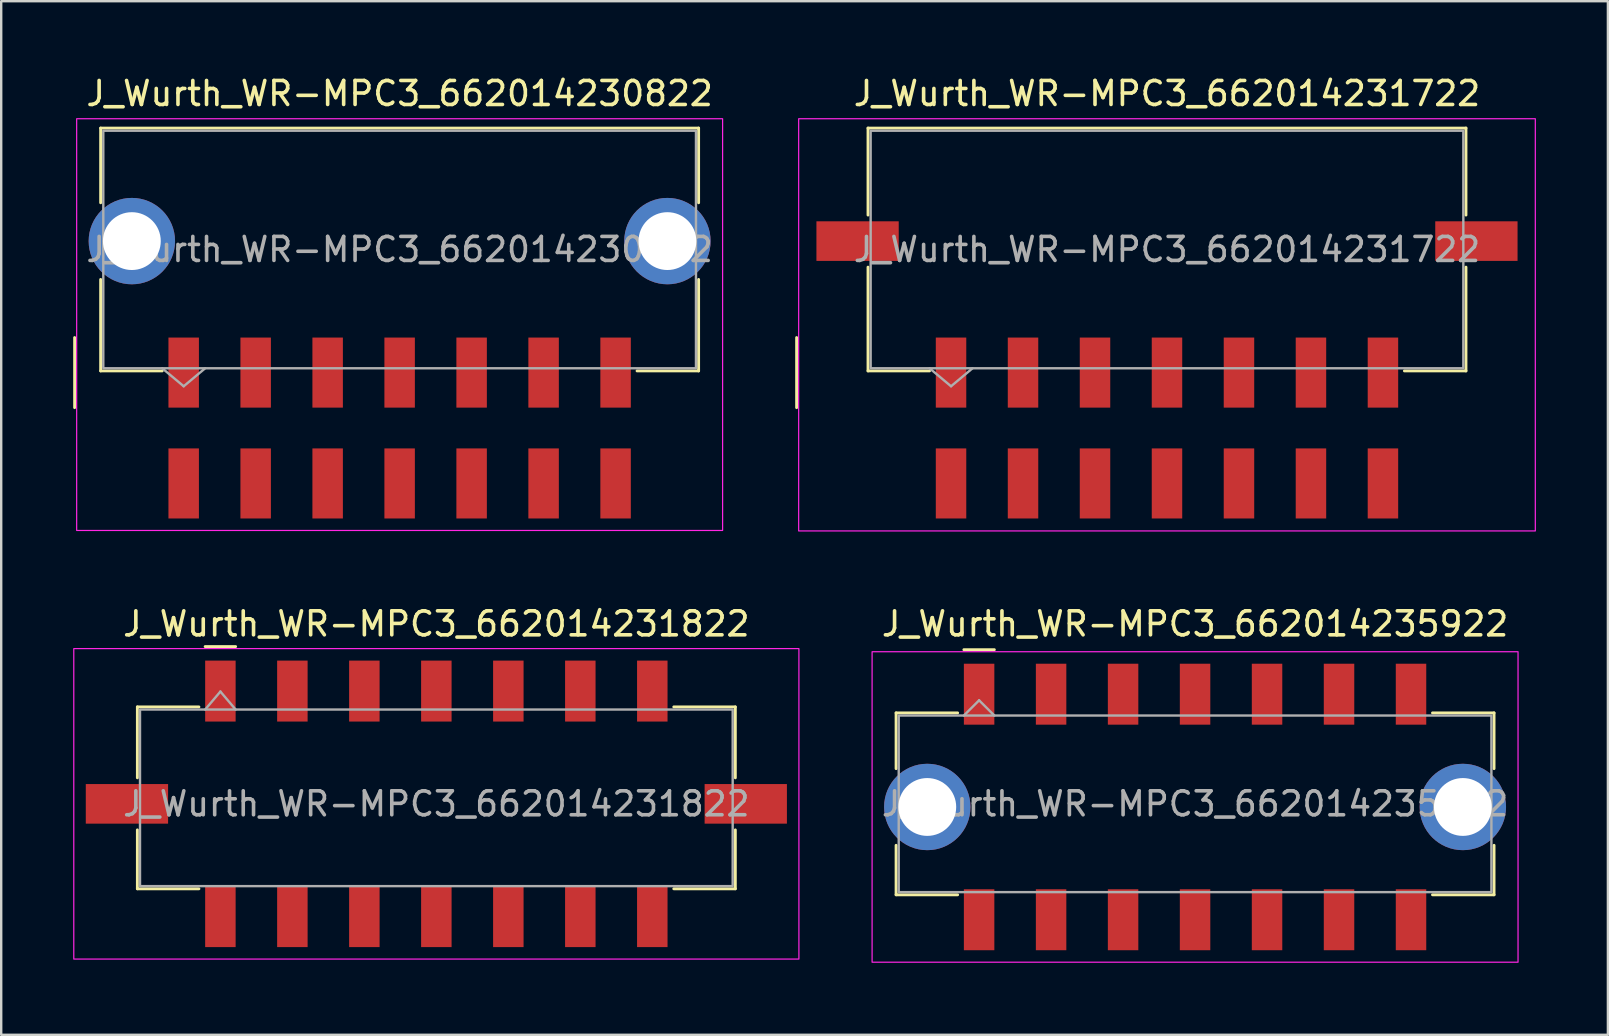
<source format=kicad_pcb>
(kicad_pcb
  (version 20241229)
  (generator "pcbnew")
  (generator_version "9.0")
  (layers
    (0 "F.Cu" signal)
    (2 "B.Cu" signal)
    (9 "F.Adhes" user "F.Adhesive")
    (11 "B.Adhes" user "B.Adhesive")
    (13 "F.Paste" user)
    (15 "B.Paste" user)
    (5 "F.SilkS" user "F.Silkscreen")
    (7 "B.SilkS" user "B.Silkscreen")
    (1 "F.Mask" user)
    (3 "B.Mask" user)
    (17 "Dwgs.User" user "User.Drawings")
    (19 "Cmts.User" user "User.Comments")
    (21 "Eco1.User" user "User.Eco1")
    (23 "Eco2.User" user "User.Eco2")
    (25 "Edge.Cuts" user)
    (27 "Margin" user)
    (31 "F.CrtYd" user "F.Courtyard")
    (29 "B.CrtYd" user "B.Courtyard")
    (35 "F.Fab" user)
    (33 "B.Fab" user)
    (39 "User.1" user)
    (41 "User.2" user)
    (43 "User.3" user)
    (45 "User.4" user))
  (footprint "J_Wurth_WR-MPC3_662014230822"
    (layer "F.Cu")
    (at 13.605 7.348)
    (property "Reference" "J_Wurth_WR-MPC3_662014230822" (at 0 -6.5 0) (unlocked yes) (layer "F.SilkS") (effects (font (size 1 1) (thickness 0.15))))
    (attr smd)
    (fp_line (start -13.545 6.59) (end -13.545 3.67) (stroke (width 0.12) (type solid)) (layer "F.SilkS"))
    (fp_line (start -12.46 -5.06) (end 12.46 -5.06) (stroke (width 0.12) (type solid)) (layer "F.SilkS"))
    (fp_line (start -12.46 -1.948) (end -12.46 -5.06) (stroke (width 0.12) (type solid)) (layer "F.SilkS"))
    (fp_line (start -12.46 1.248) (end -12.46 5.06) (stroke (width 0.12) (type solid)) (layer "F.SilkS"))
    (fp_line (start -9.895 5.06) (end -12.46 5.06) (stroke (width 0.12) (type solid)) (layer "F.SilkS"))
    (fp_line (start 9.895 5.06) (end 12.46 5.06) (stroke (width 0.12) (type solid)) (layer "F.SilkS"))
    (fp_line (start 12.46 -1.948) (end 12.46 -5.06) (stroke (width 0.12) (type solid)) (layer "F.SilkS"))
    (fp_line (start 12.46 1.248) (end 12.46 5.06) (stroke (width 0.12) (type solid)) (layer "F.SilkS"))
    (fp_rect (start -13.46 -5.45) (end 13.46 11.71) (stroke (width 0.05) (type solid)) (fill no) (layer "F.CrtYd"))
    (fp_line (start -9 5.7) (end -9.895 4.95) (stroke (width 0.1) (type solid)) (layer "F.Fab"))
    (fp_line (start -9 5.7) (end -8.105 4.95) (stroke (width 0.1) (type solid)) (layer "F.Fab"))
    (fp_rect (start -12.35 -4.95) (end 12.35 4.95) (stroke (width 0.1) (type solid)) (fill no) (layer "F.Fab"))
    (fp_text user "${REFERENCE}" (at 0 0 0) (unlocked yes) (layer "F.Fab") (effects (font (size 1 1) (thickness 0.15))))
    (pad "1" smd rect (at -9 5.13 270) (size 2.92 1.27) (layers "F.Cu" "F.Mask" "F.Paste"))
    (pad "2" smd rect (at -6 5.13 270) (size 2.92 1.27) (layers "F.Cu" "F.Mask" "F.Paste"))
    (pad "3" smd rect (at -3 5.13 270) (size 2.92 1.27) (layers "F.Cu" "F.Mask" "F.Paste"))
    (pad "4" smd rect (at 0 5.13 270) (size 2.92 1.27) (layers "F.Cu" "F.Mask" "F.Paste"))
    (pad "5" smd rect (at 3 5.13 270) (size 2.92 1.27) (layers "F.Cu" "F.Mask" "F.Paste"))
    (pad "6" smd rect (at 6 5.13 270) (size 2.92 1.27) (layers "F.Cu" "F.Mask" "F.Paste"))
    (pad "7" smd rect (at 9 5.13 270) (size 2.92 1.27) (layers "F.Cu" "F.Mask" "F.Paste"))
    (pad "8" smd rect (at -9 9.75 270) (size 2.92 1.27) (layers "F.Cu" "F.Mask" "F.Paste"))
    (pad "9" smd rect (at -6 9.75 270) (size 2.92 1.27) (layers "F.Cu" "F.Mask" "F.Paste"))
    (pad "10" smd rect (at -3 9.75 270) (size 2.92 1.27) (layers "F.Cu" "F.Mask" "F.Paste"))
    (pad "11" smd rect (at 0 9.75 270) (size 2.92 1.27) (layers "F.Cu" "F.Mask" "F.Paste"))
    (pad "12" smd rect (at 3 9.75 270) (size 2.92 1.27) (layers "F.Cu" "F.Mask" "F.Paste"))
    (pad "13" smd rect (at 6 9.75 270) (size 2.92 1.27) (layers "F.Cu" "F.Mask" "F.Paste"))
    (pad "14" smd rect (at 9 9.75 270) (size 2.92 1.27) (layers "F.Cu" "F.Mask" "F.Paste"))
    (pad "Z1" thru_hole circle (at 11.16 -0.35 180) (size 3.6 3.6) (drill 2.41) (layers "*.Cu" "*.Mask"))
    (pad "Z2" thru_hole circle (at -11.16 -0.35 180) (size 3.6 3.6) (drill 2.41) (layers "*.Cu" "*.Mask")))
  (footprint "J_Wurth_WR-MPC3_662014235922"
    (layer "F.Cu")
    (at 46.755 30.451)
    (property "Reference" "J_Wurth_WR-MPC3_662014235922" (at 0 -7.5 0) (unlocked yes) (layer "F.SilkS") (effects (font (size 1 1) (thickness 0.15))))
    (attr smd)
    (fp_line (start -12.46 -3.79) (end -12.46 -1.468) (stroke (width 0.12) (type default)) (layer "F.SilkS"))
    (fp_line (start -12.46 1.728) (end -12.46 3.79) (stroke (width 0.12) (type default)) (layer "F.SilkS"))
    (fp_line (start -9.895 -3.79) (end -12.46 -3.79) (stroke (width 0.12) (type solid)) (layer "F.SilkS"))
    (fp_line (start -9.895 3.79) (end -12.46 3.79) (stroke (width 0.12) (type solid)) (layer "F.SilkS"))
    (fp_line (start -9.635 -6.425) (end -8.365 -6.425) (stroke (width 0.12) (type solid)) (layer "F.SilkS"))
    (fp_line (start 12.46 -3.79) (end 9.895 -3.79) (stroke (width 0.12) (type solid)) (layer "F.SilkS"))
    (fp_line (start 12.46 -3.79) (end 12.46 -1.468) (stroke (width 0.12) (type default)) (layer "F.SilkS"))
    (fp_line (start 12.46 1.728) (end 12.46 3.79) (stroke (width 0.12) (type default)) (layer "F.SilkS"))
    (fp_line (start 12.46 3.79) (end 9.895 3.79) (stroke (width 0.12) (type solid)) (layer "F.SilkS"))
    (fp_rect (start -13.46 -6.34) (end 13.46 6.6) (stroke (width 0.05) (type solid)) (fill no) (layer "F.CrtYd"))
    (fp_line (start -9 -4.315) (end -9.635 -3.68) (stroke (width 0.1) (type default)) (layer "F.Fab"))
    (fp_line (start -8.365 -3.68) (end -9 -4.315) (stroke (width 0.1) (type default)) (layer "F.Fab"))
    (fp_rect (start -12.35 -3.68) (end 12.35 3.68) (stroke (width 0.1) (type solid)) (fill no) (layer "F.Fab"))
    (fp_text user "${REFERENCE}" (at 0 0 0) (unlocked yes) (layer "F.Fab") (effects (font (size 1 1) (thickness 0.15))))
    (pad "1" smd rect (at -9 -4.57 180) (size 1.27 2.54) (layers "F.Cu" "F.Mask" "F.Paste"))
    (pad "2" smd rect (at -6 -4.57 180) (size 1.27 2.54) (layers "F.Cu" "F.Mask" "F.Paste"))
    (pad "3" smd rect (at -3 -4.57 180) (size 1.27 2.54) (layers "F.Cu" "F.Mask" "F.Paste"))
    (pad "4" smd rect (at 0 -4.57 180) (size 1.27 2.54) (layers "F.Cu" "F.Mask" "F.Paste"))
    (pad "5" smd rect (at 3 -4.57 180) (size 1.27 2.54) (layers "F.Cu" "F.Mask" "F.Paste"))
    (pad "6" smd rect (at 6 -4.57 180) (size 1.27 2.54) (layers "F.Cu" "F.Mask" "F.Paste"))
    (pad "7" smd rect (at 9 -4.57 180) (size 1.27 2.54) (layers "F.Cu" "F.Mask" "F.Paste"))
    (pad "8" smd rect (at -9 4.83 180) (size 1.27 2.54) (layers "F.Cu" "F.Mask" "F.Paste"))
    (pad "9" smd rect (at -6 4.83 180) (size 1.27 2.54) (layers "F.Cu" "F.Mask" "F.Paste"))
    (pad "10" smd rect (at -3 4.83 180) (size 1.27 2.54) (layers "F.Cu" "F.Mask" "F.Paste"))
    (pad "11" smd rect (at 0 4.83 180) (size 1.27 2.54) (layers "F.Cu" "F.Mask" "F.Paste"))
    (pad "12" smd rect (at 3 4.83 180) (size 1.27 2.54) (layers "F.Cu" "F.Mask" "F.Paste"))
    (pad "13" smd rect (at 6 4.83 180) (size 1.27 2.54) (layers "F.Cu" "F.Mask" "F.Paste"))
    (pad "14" smd rect (at 9 4.83 180) (size 1.27 2.54) (layers "F.Cu" "F.Mask" "F.Paste"))
    (pad "MH1" thru_hole circle (at 11.16 0.13 180) (size 3.6 3.6) (drill 2.41) (layers "*.Cu" "*.Mask"))
    (pad "MH2" thru_hole circle (at -11.16 0.13 180) (size 3.6 3.6) (drill 2.41) (layers "*.Cu" "*.Mask")))
  (footprint "J_Wurth_WR-MPC3_662014231722"
    (layer "F.Cu")
    (at 45.585 7.348)
    (property "Reference" "J_Wurth_WR-MPC3_662014231722" (at 0 -6.5 0) (unlocked yes) (layer "F.SilkS") (effects (font (size 1 1) (thickness 0.15))))
    (attr smd)
    (fp_line (start -15.435 6.59) (end -15.435 3.67) (stroke (width 0.12) (type solid)) (layer "F.SilkS"))
    (fp_line (start -12.46 -5.06) (end -12.46 -1.435) (stroke (width 0.12) (type solid)) (layer "F.SilkS"))
    (fp_line (start -12.46 -5.06) (end 12.46 -5.06) (stroke (width 0.12) (type default)) (layer "F.SilkS"))
    (fp_line (start -12.46 0.735) (end -12.46 5.06) (stroke (width 0.12) (type solid)) (layer "F.SilkS"))
    (fp_line (start -9.895 5.06) (end -12.46 5.06) (stroke (width 0.12) (type solid)) (layer "F.SilkS"))
    (fp_line (start 12.46 -5.06) (end 12.46 -1.435) (stroke (width 0.12) (type solid)) (layer "F.SilkS"))
    (fp_line (start 12.46 0.735) (end 12.46 5.06) (stroke (width 0.12) (type solid)) (layer "F.SilkS"))
    (fp_line (start 12.46 5.06) (end 9.895 5.06) (stroke (width 0.12) (type solid)) (layer "F.SilkS"))
    (fp_rect (start -15.35 -5.45) (end 15.35 11.73) (stroke (width 0.05) (type solid)) (fill no) (layer "F.CrtYd"))
    (fp_line (start -9 5.7) (end -9.895 4.95) (stroke (width 0.1) (type solid)) (layer "F.Fab"))
    (fp_line (start -9 5.7) (end -8.105 4.95) (stroke (width 0.1) (type solid)) (layer "F.Fab"))
    (fp_rect (start -12.35 -4.95) (end 12.35 4.95) (stroke (width 0.1) (type solid)) (fill no) (layer "F.Fab"))
    (fp_text user "${REFERENCE}" (at 0 0 0) (unlocked yes) (layer "F.Fab") (effects (font (size 1 1) (thickness 0.15))))
    (pad "1" smd rect (at -9 5.13 180) (size 1.27 2.92) (layers "F.Cu" "F.Mask" "F.Paste"))
    (pad "2" smd rect (at -6 5.13 180) (size 1.27 2.92) (layers "F.Cu" "F.Mask" "F.Paste"))
    (pad "3" smd rect (at -3 5.13 180) (size 1.27 2.92) (layers "F.Cu" "F.Mask" "F.Paste"))
    (pad "4" smd rect (at 0 5.13 180) (size 1.27 2.92) (layers "F.Cu" "F.Mask" "F.Paste"))
    (pad "5" smd rect (at 3 5.13 180) (size 1.27 2.92) (layers "F.Cu" "F.Mask" "F.Paste"))
    (pad "6" smd rect (at 6 5.13 180) (size 1.27 2.92) (layers "F.Cu" "F.Mask" "F.Paste"))
    (pad "7" smd rect (at 9 5.13 180) (size 1.27 2.92) (layers "F.Cu" "F.Mask" "F.Paste"))
    (pad "8" smd rect (at -9 9.75 180) (size 1.27 2.92) (layers "F.Cu" "F.Mask" "F.Paste"))
    (pad "9" smd rect (at -6 9.75 180) (size 1.27 2.92) (layers "F.Cu" "F.Mask" "F.Paste"))
    (pad "10" smd rect (at -3 9.75 180) (size 1.27 2.92) (layers "F.Cu" "F.Mask" "F.Paste"))
    (pad "11" smd rect (at 0 9.75 180) (size 1.27 2.92) (layers "F.Cu" "F.Mask" "F.Paste"))
    (pad "12" smd rect (at 3 9.75 180) (size 1.27 2.92) (layers "F.Cu" "F.Mask" "F.Paste"))
    (pad "13" smd rect (at 6 9.75 180) (size 1.27 2.92) (layers "F.Cu" "F.Mask" "F.Paste"))
    (pad "14" smd rect (at 9 9.75 180) (size 1.27 2.92) (layers "F.Cu" "F.Mask" "F.Paste"))
    (pad "MP1" smd rect (at 12.895 -0.35 180) (size 3.43 1.65) (layers "F.Cu" "F.Mask" "F.Paste"))
    (pad "MP2" smd rect (at -12.895 -0.35 180) (size 3.43 1.65) (layers "F.Cu" "F.Mask" "F.Paste")))
  (footprint "J_Wurth_WR-MPC3_662014231822"
    (layer "F.Cu")
    (at 15.135 30.451)
    (property "Reference" "J_Wurth_WR-MPC3_662014231822" (at 0 -7.5 0) (unlocked yes) (layer "F.SilkS") (effects (font (size 1 1) (thickness 0.15))))
    (attr smd)
    (fp_line (start -12.46 -4.04) (end -9.895 -4.04) (stroke (width 0.12) (type solid)) (layer "F.SilkS"))
    (fp_line (start -12.46 -1.085) (end -12.46 -4.04) (stroke (width 0.12) (type solid)) (layer "F.SilkS"))
    (fp_line (start -12.46 3.54) (end -12.46 1.085) (stroke (width 0.12) (type solid)) (layer "F.SilkS"))
    (fp_line (start -12.46 3.54) (end -9.895 3.54) (stroke (width 0.12) (type solid)) (layer "F.SilkS"))
    (fp_line (start -9.635 -6.555) (end -8.365 -6.555) (stroke (width 0.12) (type solid)) (layer "F.SilkS"))
    (fp_line (start 9.895 -4.04) (end 12.46 -4.04) (stroke (width 0.12) (type solid)) (layer "F.SilkS"))
    (fp_line (start 9.895 3.54) (end 12.46 3.54) (stroke (width 0.12) (type solid)) (layer "F.SilkS"))
    (fp_line (start 12.46 -1.085) (end 12.46 -4.04) (stroke (width 0.12) (type solid)) (layer "F.SilkS"))
    (fp_line (start 12.46 3.54) (end 12.46 1.085) (stroke (width 0.12) (type solid)) (layer "F.SilkS"))
    (fp_rect (start -15.11 -6.47) (end 15.11 6.47) (stroke (width 0.05) (type solid)) (fill no) (layer "F.CrtYd"))
    (fp_line (start -9 -4.68) (end -9.635 -3.93) (stroke (width 0.1) (type solid)) (layer "F.Fab"))
    (fp_line (start -9 -4.68) (end -8.365 -3.93) (stroke (width 0.1) (type solid)) (layer "F.Fab"))
    (fp_rect (start -12.35 -3.93) (end 12.35 3.43) (stroke (width 0.1) (type solid)) (fill no) (layer "F.Fab"))
    (fp_text user "${REFERENCE}" (at 0 0 0) (unlocked yes) (layer "F.Fab") (effects (font (size 1 1) (thickness 0.15))))
    (pad "1" smd rect (at -9 -4.7 180) (size 1.27 2.54) (layers "F.Cu" "F.Mask" "F.Paste"))
    (pad "2" smd rect (at -6 -4.7 180) (size 1.27 2.54) (layers "F.Cu" "F.Mask" "F.Paste"))
    (pad "3" smd rect (at -3 -4.7 180) (size 1.27 2.54) (layers "F.Cu" "F.Mask" "F.Paste"))
    (pad "4" smd rect (at 0 -4.7 180) (size 1.27 2.54) (layers "F.Cu" "F.Mask" "F.Paste"))
    (pad "5" smd rect (at 3 -4.7 180) (size 1.27 2.54) (layers "F.Cu" "F.Mask" "F.Paste"))
    (pad "6" smd rect (at 6 -4.7 180) (size 1.27 2.54) (layers "F.Cu" "F.Mask" "F.Paste"))
    (pad "7" smd rect (at 9 -4.7 180) (size 1.27 2.54) (layers "F.Cu" "F.Mask" "F.Paste"))
    (pad "8" smd rect (at -9 4.7 180) (size 1.27 2.54) (layers "F.Cu" "F.Mask" "F.Paste"))
    (pad "9" smd rect (at -6 4.7 180) (size 1.27 2.54) (layers "F.Cu" "F.Mask" "F.Paste"))
    (pad "10" smd rect (at -3 4.7 180) (size 1.27 2.54) (layers "F.Cu" "F.Mask" "F.Paste"))
    (pad "11" smd rect (at 0 4.7 180) (size 1.27 2.54) (layers "F.Cu" "F.Mask" "F.Paste"))
    (pad "12" smd rect (at 3 4.7 180) (size 1.27 2.54) (layers "F.Cu" "F.Mask" "F.Paste"))
    (pad "13" smd rect (at 6 4.7 180) (size 1.27 2.54) (layers "F.Cu" "F.Mask" "F.Paste"))
    (pad "14" smd rect (at 9 4.7 180) (size 1.27 2.54) (layers "F.Cu" "F.Mask" "F.Paste"))
    (pad "MP1" smd rect (at 12.895 0 180) (size 3.43 1.65) (layers "F.Cu" "F.Mask" "F.Paste"))
    (pad "MP2" smd rect (at -12.895 0 180) (size 3.43 1.65) (layers "F.Cu" "F.Mask" "F.Paste")))
  (gr_rect
    (start -3 -3)
    (end 63.96 40.077)
    (stroke (width 0.1) (type default))
    (fill no)
    (layer "Edge.Cuts")))
</source>
